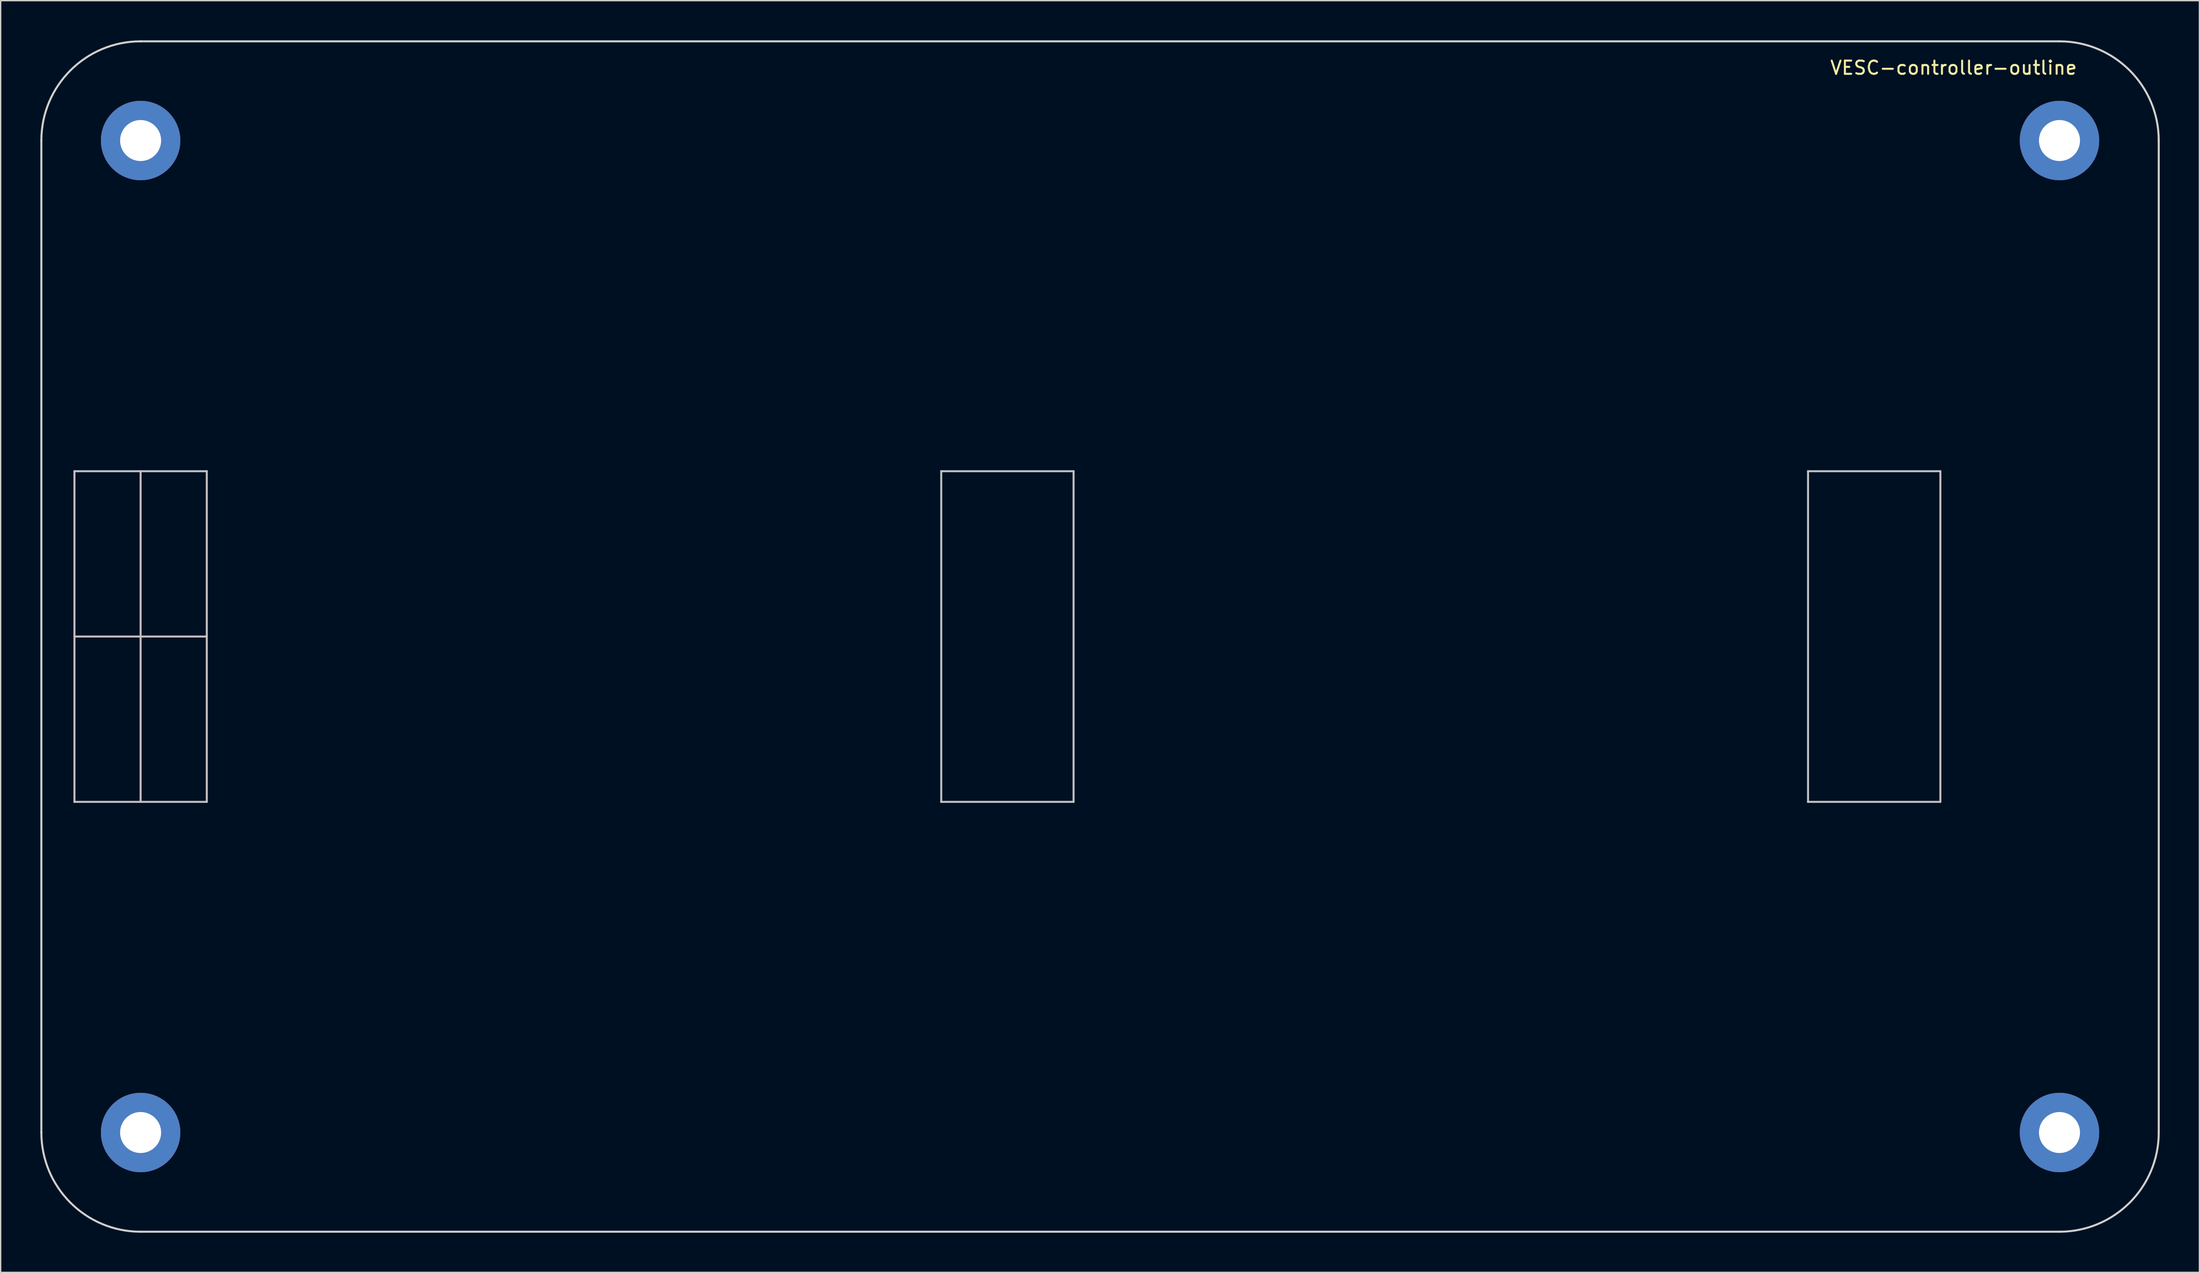
<source format=kicad_pcb>
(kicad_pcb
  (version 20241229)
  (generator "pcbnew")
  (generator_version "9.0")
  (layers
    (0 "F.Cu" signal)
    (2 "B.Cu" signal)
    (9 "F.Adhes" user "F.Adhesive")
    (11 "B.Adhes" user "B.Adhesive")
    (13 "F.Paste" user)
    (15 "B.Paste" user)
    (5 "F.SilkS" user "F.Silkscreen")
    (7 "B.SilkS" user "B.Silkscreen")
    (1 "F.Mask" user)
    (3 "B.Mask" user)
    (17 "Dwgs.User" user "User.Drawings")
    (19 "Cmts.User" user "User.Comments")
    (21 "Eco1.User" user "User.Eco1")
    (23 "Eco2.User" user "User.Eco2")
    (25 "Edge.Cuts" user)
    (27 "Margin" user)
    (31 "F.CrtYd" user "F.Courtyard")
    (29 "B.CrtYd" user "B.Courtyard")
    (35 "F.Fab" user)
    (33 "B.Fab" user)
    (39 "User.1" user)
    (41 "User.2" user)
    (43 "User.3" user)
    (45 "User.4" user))
  (footprint "VESC-controller-outline"
    (layer "F.Cu")
    (at 80.075 45.075)
    (property "Reference" "VESC-controller-outline" (at 64.5 -43 0) (layer "F.SilkS") (effects (font (size 1 1) (thickness 0.15))))
    (attr through_hole)
    (fp_line (start -77.5 -12.5) (end -67.5 -12.5) (stroke (width 0.15) (type solid)) (layer "Dwgs.User"))
    (fp_line (start -77.5 0) (end -67.5 0) (stroke (width 0.15) (type solid)) (layer "Dwgs.User"))
    (fp_line (start -77.5 12.5) (end -77.5 -12.5) (stroke (width 0.15) (type solid)) (layer "Dwgs.User"))
    (fp_line (start -72.5 -12.5) (end -72.5 12.5) (stroke (width 0.15) (type solid)) (layer "Dwgs.User"))
    (fp_line (start -67.5 -12.5) (end -67.5 12.5) (stroke (width 0.15) (type solid)) (layer "Dwgs.User"))
    (fp_line (start -67.5 12.5) (end -77.5 12.5) (stroke (width 0.15) (type solid)) (layer "Dwgs.User"))
    (fp_line (start -12 -12.5) (end -2 -12.5) (stroke (width 0.15) (type solid)) (layer "Dwgs.User"))
    (fp_line (start -12 12.5) (end -12 -12.5) (stroke (width 0.15) (type solid)) (layer "Dwgs.User"))
    (fp_line (start -2 -12.5) (end -2 12.5) (stroke (width 0.15) (type solid)) (layer "Dwgs.User"))
    (fp_line (start -2 12.5) (end -12 12.5) (stroke (width 0.15) (type solid)) (layer "Dwgs.User"))
    (fp_line (start 53.5 -12.5) (end 63.5 -12.5) (stroke (width 0.15) (type solid)) (layer "Dwgs.User"))
    (fp_line (start 53.5 12.5) (end 53.5 -12.5) (stroke (width 0.15) (type solid)) (layer "Dwgs.User"))
    (fp_line (start 63.5 -12.5) (end 63.5 12.5) (stroke (width 0.15) (type solid)) (layer "Dwgs.User"))
    (fp_line (start 63.5 12.5) (end 53.5 12.5) (stroke (width 0.15) (type solid)) (layer "Dwgs.User"))
    (fp_line (start -80 -37.5) (end -80 37.5) (stroke (width 0.15) (type solid)) (layer "Edge.Cuts"))
    (fp_line (start -80 37.5) (end -80 37.5) (stroke (width 0.15) (type solid)) (layer "Edge.Cuts"))
    (fp_line (start -77.5 12.5) (end -77.5 12.5) (stroke (width 0.15) (type solid)) (layer "Edge.Cuts"))
    (fp_line (start -72.5 -45) (end -72.5 -45) (stroke (width 0.15) (type solid)) (layer "Edge.Cuts"))
    (fp_line (start -72.5 45) (end 72.5 45) (stroke (width 0.15) (type solid)) (layer "Edge.Cuts"))
    (fp_line (start -12 12.5) (end -12 12.5) (stroke (width 0.15) (type solid)) (layer "Edge.Cuts"))
    (fp_line (start 53.5 12.5) (end 53.5 12.5) (stroke (width 0.15) (type solid)) (layer "Edge.Cuts"))
    (fp_line (start 72.5 -45) (end -72.5 -45) (stroke (width 0.15) (type solid)) (layer "Edge.Cuts"))
    (fp_line (start 80 37.5) (end 80 -37.5) (stroke (width 0.15) (type solid)) (layer "Edge.Cuts"))
    (fp_arc (start -80 -37.5) (mid -77.803301 -42.803301) (end -72.5 -45) (stroke (width 0.15) (type solid)) (layer "Edge.Cuts"))
    (fp_arc (start -72.5 45) (mid -77.803301 42.803301) (end -80 37.5) (stroke (width 0.15) (type solid)) (layer "Edge.Cuts"))
    (fp_arc (start 72.5 -45) (mid 77.803301 -42.803301) (end 80 -37.5) (stroke (width 0.15) (type solid)) (layer "Edge.Cuts"))
    (fp_arc (start 80 37.5) (mid 77.803301 42.803301) (end 72.5 45) (stroke (width 0.15) (type solid)) (layer "Edge.Cuts"))
    (pad "" np_thru_hole circle (at -72.5 -37.5) (size 6 6) (drill 3.1) (layers "*.Cu" "*.Mask"))
    (pad "" np_thru_hole circle (at -72.5 37.5) (size 6 6) (drill 3.1) (layers "*.Cu" "*.Mask"))
    (pad "" np_thru_hole circle (at 72.5 -37.5) (size 6 6) (drill 3.1) (layers "*.Cu" "*.Mask"))
    (pad "" np_thru_hole circle (at 72.5 37.5) (size 6 6) (drill 3.1) (layers "*.Cu" "*.Mask")))
  (gr_rect
    (start -3 -3)
    (end 163.15 93.15)
    (stroke (width 0.1) (type default))
    (fill no)
    (layer "Edge.Cuts")))
</source>
